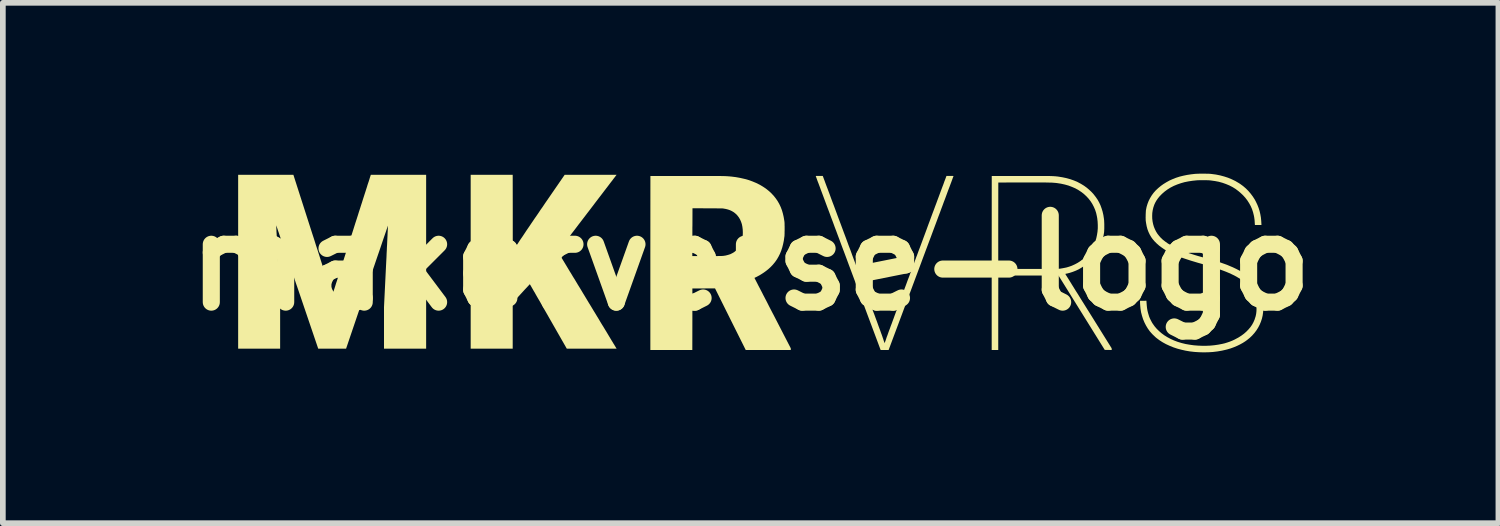
<source format=kicad_pcb>
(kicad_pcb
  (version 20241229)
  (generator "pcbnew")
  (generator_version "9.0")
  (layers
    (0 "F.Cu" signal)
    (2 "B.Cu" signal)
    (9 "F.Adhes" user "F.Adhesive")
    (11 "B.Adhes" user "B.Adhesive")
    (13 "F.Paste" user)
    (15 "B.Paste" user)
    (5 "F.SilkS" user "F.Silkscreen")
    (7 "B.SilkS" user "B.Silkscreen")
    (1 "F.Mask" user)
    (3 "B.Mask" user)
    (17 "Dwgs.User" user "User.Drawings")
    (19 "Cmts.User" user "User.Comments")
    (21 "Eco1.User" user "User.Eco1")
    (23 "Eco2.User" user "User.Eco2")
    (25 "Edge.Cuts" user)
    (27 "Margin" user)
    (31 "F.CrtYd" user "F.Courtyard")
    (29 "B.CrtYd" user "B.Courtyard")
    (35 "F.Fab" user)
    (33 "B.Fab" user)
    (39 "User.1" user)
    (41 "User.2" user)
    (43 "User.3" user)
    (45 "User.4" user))
  (footprint "makerverse-logo"
    (layer "F.Cu")
    (at 10.131 1.566)
    (property "Reference" "makerverse-logo" (at 0 0 0) (layer "F.SilkS") (effects (font (size 1.524 1.524) (thickness 0.3))))
    (attr board_only exclude_from_pos_files exclude_from_bom)
    (fp_poly (pts (xy -4.177 -0.876) (xy -4.177 -0.205) (xy -4.049 -0.4) (xy -4.033 -0.424) (xy -4.014 -0.451) (xy -3.993 -0.482) (xy -3.97 -0.517) (xy -3.945 -0.555) (xy -3.918 -0.595) (xy -3.888 -0.638) (xy -3.858 -0.683) (xy -3.826 -0.73) (xy -3.793 -0.779) (xy -3.758 -0.829) (xy -3.723 -0.88) (xy -3.688 -0.933) (xy -3.651 -0.985) (xy -3.615 -1.039) (xy -3.593 -1.071) (xy -3.265 -1.547) (xy -2.81 -1.547) (xy -2.763 -1.547) (xy -2.717 -1.547) (xy -2.672 -1.547) (xy -2.63 -1.547) (xy -2.59 -1.547) (xy -2.552 -1.547) (xy -2.516 -1.547) (xy -2.484 -1.547) (xy -2.454 -1.547) (xy -2.428 -1.547) (xy -2.405 -1.547) (xy -2.387 -1.547) (xy -2.372 -1.547) (xy -2.361 -1.546) (xy -2.356 -1.546) (xy -2.354 -1.546) (xy -2.356 -1.544) (xy -2.36 -1.538) (xy -2.368 -1.529) (xy -2.377 -1.516) (xy -2.39 -1.499) (xy -2.405 -1.48) (xy -2.422 -1.457) (xy -2.442 -1.431) (xy -2.464 -1.403) (xy -2.487 -1.372) (xy -2.513 -1.338) (xy -2.541 -1.302) (xy -2.57 -1.264) (xy -2.601 -1.223) (xy -2.633 -1.181) (xy -2.667 -1.137) (xy -2.702 -1.091) (xy -2.738 -1.044) (xy -2.775 -0.995) (xy -2.813 -0.945) (xy -2.852 -0.894) (xy -2.87 -0.871) (xy -2.921 -0.804) (xy -2.97 -0.74) (xy -3.017 -0.679) (xy -3.06 -0.622) (xy -3.101 -0.568) (xy -3.14 -0.518) (xy -3.175 -0.471) (xy -3.208 -0.428) (xy -3.238 -0.388) (xy -3.266 -0.352) (xy -3.29 -0.319) (xy -3.312 -0.29) (xy -3.331 -0.265) (xy -3.347 -0.243) (xy -3.36 -0.226) (xy -3.371 -0.212) (xy -3.378 -0.202) (xy -3.382 -0.196) (xy -3.384 -0.193) (xy -3.384 -0.193) (xy -3.382 -0.191) (xy -3.378 -0.184) (xy -3.372 -0.174) (xy -3.363 -0.16) (xy -3.353 -0.142) (xy -3.34 -0.121) (xy -3.325 -0.097) (xy -3.308 -0.07) (xy -3.29 -0.04) (xy -3.27 -0.007) (xy -3.249 0.028) (xy -3.226 0.066) (xy -3.202 0.106) (xy -3.177 0.148) (xy -3.15 0.191) (xy -3.123 0.237) (xy -3.094 0.283) (xy -3.065 0.331) (xy -3.036 0.38) (xy -3.005 0.43) (xy -2.974 0.481) (xy -2.943 0.533) (xy -2.912 0.584) (xy -2.88 0.637) (xy -2.849 0.689) (xy -2.817 0.741) (xy -2.786 0.792) (xy -2.755 0.844) (xy -2.724 0.894) (xy -2.694 0.944) (xy -2.664 0.993) (xy -2.636 1.041) (xy -2.608 1.087) (xy -2.58 1.132) (xy -2.554 1.175) (xy -2.529 1.216) (xy -2.505 1.256) (xy -2.483 1.293) (xy -2.462 1.328) (xy -2.443 1.36) (xy -2.425 1.389) (xy -2.409 1.416) (xy -2.394 1.439) (xy -2.382 1.46) (xy -2.372 1.476) (xy -2.364 1.49) (xy -2.358 1.499) (xy -2.355 1.504) (xy -2.354 1.506) (xy -2.357 1.506) (xy -2.364 1.506) (xy -2.376 1.506) (xy -2.392 1.506) (xy -2.411 1.507) (xy -2.435 1.507) (xy -2.462 1.507) (xy -2.492 1.507) (xy -2.526 1.507) (xy -2.562 1.507) (xy -2.6 1.507) (xy -2.641 1.507) (xy -2.683 1.507) (xy -2.727 1.507) (xy -2.773 1.507) (xy -2.791 1.507) (xy -3.228 1.507) (xy -3.551 0.942) (xy -3.579 0.893) (xy -3.607 0.844) (xy -3.634 0.798) (xy -3.659 0.753) (xy -3.684 0.709) (xy -3.708 0.667) (xy -3.731 0.628) (xy -3.753 0.59) (xy -3.773 0.555) (xy -3.791 0.522) (xy -3.809 0.493) (xy -3.824 0.466) (xy -3.838 0.442) (xy -3.849 0.422) (xy -3.859 0.405) (xy -3.867 0.391) (xy -3.873 0.382) (xy -3.876 0.376) (xy -3.877 0.375) (xy -3.879 0.376) (xy -3.884 0.382) (xy -3.892 0.39) (xy -3.902 0.401) (xy -3.915 0.415) (xy -3.93 0.431) (xy -3.947 0.449) (xy -3.966 0.469) (xy -3.986 0.491) (xy -4.007 0.514) (xy -4.028 0.537) (xy -4.178 0.701) (xy -4.178 1.104) (xy -4.178 1.507) (xy -4.916 1.507) (xy -4.916 -1.547) (xy -4.178 -1.547)) (stroke (width 0) (type solid)) (fill yes) (layer "F.SilkS"))
    (fp_poly (pts (xy -8.514 -1.547) (xy -8.029 -1.546) (xy -7.697 -0.511) (xy -7.674 -0.441) (xy -7.652 -0.372) (xy -7.631 -0.304) (xy -7.609 -0.238) (xy -7.588 -0.173) (xy -7.568 -0.11) (xy -7.549 -0.049) (xy -7.53 0.01) (xy -7.512 0.067) (xy -7.494 0.121) (xy -7.477 0.173) (xy -7.462 0.223) (xy -7.447 0.269) (xy -7.433 0.313) (xy -7.42 0.353) (xy -7.408 0.39) (xy -7.397 0.424) (xy -7.388 0.454) (xy -7.379 0.48) (xy -7.372 0.502) (xy -7.366 0.52) (xy -7.362 0.534) (xy -7.359 0.544) (xy -7.357 0.549) (xy -7.357 0.549) (xy -7.353 0.56) (xy -7.351 0.567) (xy -7.349 0.57) (xy -7.347 0.57) (xy -7.347 0.569) (xy -7.346 0.567) (xy -7.344 0.559) (xy -7.34 0.548) (xy -7.335 0.532) (xy -7.328 0.511) (xy -7.32 0.487) (xy -7.311 0.459) (xy -7.301 0.428) (xy -7.29 0.393) (xy -7.278 0.354) (xy -7.264 0.313) (xy -7.25 0.268) (xy -7.235 0.221) (xy -7.219 0.171) (xy -7.202 0.118) (xy -7.184 0.063) (xy -7.166 0.005) (xy -7.147 -0.054) (xy -7.127 -0.116) (xy -7.107 -0.179) (xy -7.086 -0.244) (xy -7.065 -0.311) (xy -7.043 -0.378) (xy -7.024 -0.437) (xy -7.002 -0.506) (xy -6.98 -0.575) (xy -6.959 -0.642) (xy -6.938 -0.708) (xy -6.917 -0.772) (xy -6.897 -0.835) (xy -6.878 -0.896) (xy -6.859 -0.954) (xy -6.841 -1.011) (xy -6.823 -1.066) (xy -6.807 -1.118) (xy -6.791 -1.167) (xy -6.776 -1.214) (xy -6.762 -1.257) (xy -6.749 -1.298) (xy -6.737 -1.335) (xy -6.727 -1.369) (xy -6.717 -1.399) (xy -6.708 -1.425) (xy -6.701 -1.447) (xy -6.695 -1.466) (xy -6.691 -1.48) (xy -6.688 -1.489) (xy -6.687 -1.493) (xy -6.669 -1.547) (xy -5.698 -1.547) (xy -5.698 1.507) (xy -6.438 1.507) (xy -6.438 0.777) (xy -6.403 0.063) (xy -6.4 0.004) (xy -6.397 -0.054) (xy -6.394 -0.111) (xy -6.392 -0.166) (xy -6.389 -0.219) (xy -6.387 -0.27) (xy -6.384 -0.318) (xy -6.382 -0.364) (xy -6.38 -0.408) (xy -6.378 -0.448) (xy -6.376 -0.486) (xy -6.375 -0.52) (xy -6.373 -0.551) (xy -6.372 -0.578) (xy -6.371 -0.601) (xy -6.37 -0.621) (xy -6.369 -0.636) (xy -6.369 -0.646) (xy -6.369 -0.652) (xy -6.369 -0.653) (xy -6.37 -0.651) (xy -6.372 -0.644) (xy -6.376 -0.633) (xy -6.381 -0.618) (xy -6.388 -0.598) (xy -6.396 -0.575) (xy -6.405 -0.547) (xy -6.416 -0.516) (xy -6.428 -0.481) (xy -6.441 -0.443) (xy -6.455 -0.402) (xy -6.47 -0.358) (xy -6.486 -0.31) (xy -6.503 -0.26) (xy -6.521 -0.207) (xy -6.54 -0.152) (xy -6.56 -0.094) (xy -6.58 -0.035) (xy -6.601 0.027) (xy -6.623 0.091) (xy -6.645 0.157) (xy -6.668 0.224) (xy -6.692 0.293) (xy -6.715 0.363) (xy -6.737 0.426) (xy -7.104 1.507) (xy -7.593 1.507) (xy -7.961 0.424) (xy -7.986 0.353) (xy -8.009 0.283) (xy -8.033 0.214) (xy -8.056 0.147) (xy -8.078 0.081) (xy -8.1 0.017) (xy -8.121 -0.045) (xy -8.141 -0.104) (xy -8.161 -0.162) (xy -8.18 -0.217) (xy -8.198 -0.27) (xy -8.215 -0.32) (xy -8.231 -0.367) (xy -8.246 -0.411) (xy -8.26 -0.452) (xy -8.273 -0.49) (xy -8.284 -0.524) (xy -8.295 -0.555) (xy -8.304 -0.582) (xy -8.312 -0.606) (xy -8.319 -0.625) (xy -8.324 -0.64) (xy -8.328 -0.651) (xy -8.33 -0.657) (xy -8.331 -0.659) (xy -8.331 -0.657) (xy -8.33 -0.649) (xy -8.33 -0.638) (xy -8.329 -0.621) (xy -8.328 -0.601) (xy -8.327 -0.576) (xy -8.326 -0.548) (xy -8.324 -0.516) (xy -8.322 -0.481) (xy -8.321 -0.443) (xy -8.319 -0.401) (xy -8.316 -0.357) (xy -8.314 -0.31) (xy -8.312 -0.261) (xy -8.309 -0.209) (xy -8.307 -0.156) (xy -8.304 -0.101) (xy -8.301 -0.044) (xy -8.298 0.015) (xy -8.296 0.055) (xy -8.262 0.769) (xy -8.262 1.138) (xy -8.262 1.507) (xy -8.999 1.507) (xy -8.999 -1.547)) (stroke (width 0) (type solid)) (fill yes) (layer "F.SilkS"))
    (fp_poly (pts (xy -1.047 -1.526) (xy -0.983 -1.526) (xy -0.924 -1.526) (xy -0.869 -1.526) (xy -0.819 -1.526) (xy -0.772 -1.526) (xy -0.729 -1.526) (xy -0.69 -1.526) (xy -0.654 -1.526) (xy -0.622 -1.526) (xy -0.592 -1.525) (xy -0.565 -1.525) (xy -0.541 -1.525) (xy -0.519 -1.525) (xy -0.499 -1.524) (xy -0.481 -1.524) (xy -0.465 -1.524) (xy -0.45 -1.523) (xy -0.437 -1.523) (xy -0.425 -1.522) (xy -0.414 -1.522) (xy -0.404 -1.521) (xy -0.394 -1.52) (xy -0.384 -1.52) (xy -0.375 -1.519) (xy -0.366 -1.518) (xy -0.356 -1.517) (xy -0.346 -1.516) (xy -0.343 -1.516) (xy -0.262 -1.506) (xy -0.184 -1.492) (xy -0.109 -1.475) (xy -0.038 -1.455) (xy 0.03 -1.431) (xy 0.095 -1.404) (xy 0.156 -1.374) (xy 0.214 -1.34) (xy 0.268 -1.304) (xy 0.318 -1.264) (xy 0.365 -1.221) (xy 0.408 -1.174) (xy 0.443 -1.13) (xy 0.475 -1.083) (xy 0.503 -1.034) (xy 0.528 -0.981) (xy 0.549 -0.926) (xy 0.566 -0.868) (xy 0.58 -0.807) (xy 0.591 -0.742) (xy 0.592 -0.732) (xy 0.594 -0.722) (xy 0.595 -0.712) (xy 0.595 -0.702) (xy 0.596 -0.69) (xy 0.596 -0.677) (xy 0.596 -0.661) (xy 0.597 -0.642) (xy 0.597 -0.619) (xy 0.597 -0.598) (xy 0.597 -0.57) (xy 0.596 -0.546) (xy 0.596 -0.527) (xy 0.596 -0.51) (xy 0.595 -0.495) (xy 0.595 -0.483) (xy 0.594 -0.471) (xy 0.593 -0.461) (xy 0.592 -0.457) (xy 0.583 -0.391) (xy 0.57 -0.328) (xy 0.555 -0.27) (xy 0.537 -0.214) (xy 0.516 -0.162) (xy 0.491 -0.112) (xy 0.464 -0.065) (xy 0.432 -0.019) (xy 0.397 0.024) (xy 0.384 0.039) (xy 0.347 0.077) (xy 0.306 0.114) (xy 0.26 0.15) (xy 0.211 0.184) (xy 0.16 0.216) (xy 0.106 0.245) (xy 0.099 0.248) (xy 0.067 0.264) (xy 0.075 0.28) (xy 0.077 0.283) (xy 0.081 0.291) (xy 0.087 0.303) (xy 0.095 0.318) (xy 0.105 0.338) (xy 0.117 0.361) (xy 0.13 0.387) (xy 0.145 0.416) (xy 0.162 0.448) (xy 0.18 0.483) (xy 0.2 0.521) (xy 0.22 0.561) (xy 0.242 0.603) (xy 0.265 0.647) (xy 0.289 0.693) (xy 0.313 0.741) (xy 0.338 0.79) (xy 0.364 0.84) (xy 0.391 0.892) (xy 0.394 0.897) (xy 0.705 1.5) (xy 0.705 1.53) (xy -0.086 1.53) (xy -0.356 0.989) (xy -0.625 0.448) (xy -0.824 0.449) (xy -1.023 0.45) (xy -1.023 0.99) (xy -1.024 1.53) (xy -1.761 1.53) (xy -1.761 -0.12) (xy -1.024 -0.12) (xy -0.767 -0.12) (xy -0.721 -0.12) (xy -0.679 -0.12) (xy -0.64 -0.12) (xy -0.606 -0.12) (xy -0.575 -0.12) (xy -0.548 -0.121) (xy -0.526 -0.121) (xy -0.509 -0.121) (xy -0.496 -0.122) (xy -0.488 -0.122) (xy -0.486 -0.122) (xy -0.439 -0.129) (xy -0.396 -0.14) (xy -0.356 -0.153) (xy -0.32 -0.171) (xy -0.286 -0.192) (xy -0.256 -0.216) (xy -0.252 -0.22) (xy -0.225 -0.25) (xy -0.201 -0.283) (xy -0.181 -0.32) (xy -0.164 -0.359) (xy -0.152 -0.402) (xy -0.143 -0.447) (xy -0.138 -0.496) (xy -0.137 -0.535) (xy -0.139 -0.587) (xy -0.145 -0.635) (xy -0.154 -0.68) (xy -0.168 -0.722) (xy -0.185 -0.761) (xy -0.206 -0.797) (xy -0.231 -0.83) (xy -0.249 -0.85) (xy -0.275 -0.873) (xy -0.302 -0.893) (xy -0.331 -0.91) (xy -0.363 -0.925) (xy -0.398 -0.937) (xy -0.437 -0.947) (xy -0.479 -0.954) (xy -0.48 -0.955) (xy -0.485 -0.955) (xy -0.494 -0.956) (xy -0.506 -0.956) (xy -0.521 -0.956) (xy -0.54 -0.957) (xy -0.564 -0.957) (xy -0.591 -0.957) (xy -0.623 -0.958) (xy -0.659 -0.958) (xy -0.699 -0.958) (xy -0.745 -0.958) (xy -0.76 -0.958) (xy -1.021 -0.959) (xy -1.022 -0.662) (xy -1.023 -0.621) (xy -1.023 -0.58) (xy -1.023 -0.538) (xy -1.023 -0.497) (xy -1.023 -0.457) (xy -1.023 -0.418) (xy -1.024 -0.381) (xy -1.024 -0.347) (xy -1.024 -0.315) (xy -1.024 -0.288) (xy -1.024 -0.263) (xy -1.024 -0.244) (xy -1.024 -0.242) (xy -1.024 -0.12) (xy -1.761 -0.12) (xy -1.76 -1.526) (xy -1.115 -1.526)) (stroke (width 0) (type solid)) (fill yes) (layer "F.SilkS"))
    (fp_poly (pts (xy 1.27 -1.518) (xy 1.271 -1.515) (xy 1.274 -1.508) (xy 1.278 -1.496) (xy 1.284 -1.48) (xy 1.292 -1.459) (xy 1.301 -1.435) (xy 1.311 -1.407) (xy 1.323 -1.375) (xy 1.336 -1.34) (xy 1.351 -1.301) (xy 1.367 -1.258) (xy 1.384 -1.213) (xy 1.402 -1.164) (xy 1.421 -1.112) (xy 1.441 -1.058) (xy 1.463 -1.001) (xy 1.485 -0.941) (xy 1.508 -0.879) (xy 1.532 -0.814) (xy 1.557 -0.747) (xy 1.583 -0.678) (xy 1.609 -0.608) (xy 1.636 -0.535) (xy 1.664 -0.461) (xy 1.692 -0.385) (xy 1.72 -0.308) (xy 1.75 -0.23) (xy 1.779 -0.15) (xy 1.779 -0.149) (xy 1.821 -0.037) (xy 1.861 0.071) (xy 1.9 0.174) (xy 1.936 0.273) (xy 1.971 0.367) (xy 2.005 0.456) (xy 2.036 0.541) (xy 2.066 0.622) (xy 2.094 0.698) (xy 2.121 0.769) (xy 2.145 0.836) (xy 2.169 0.898) (xy 2.19 0.956) (xy 2.21 1.01) (xy 2.228 1.059) (xy 2.244 1.104) (xy 2.259 1.145) (xy 2.273 1.181) (xy 2.284 1.213) (xy 2.294 1.241) (xy 2.303 1.264) (xy 2.309 1.283) (xy 2.315 1.298) (xy 2.318 1.309) (xy 2.318 1.309) (xy 2.326 1.33) (xy 2.332 1.35) (xy 2.338 1.368) (xy 2.343 1.383) (xy 2.348 1.395) (xy 2.351 1.404) (xy 2.352 1.409) (xy 2.353 1.409) (xy 2.354 1.407) (xy 2.356 1.401) (xy 2.36 1.391) (xy 2.364 1.378) (xy 2.37 1.363) (xy 2.376 1.345) (xy 2.381 1.33) (xy 2.383 1.323) (xy 2.387 1.311) (xy 2.393 1.294) (xy 2.401 1.274) (xy 2.41 1.249) (xy 2.42 1.22) (xy 2.432 1.187) (xy 2.446 1.151) (xy 2.46 1.111) (xy 2.477 1.067) (xy 2.494 1.02) (xy 2.513 0.969) (xy 2.532 0.916) (xy 2.553 0.859) (xy 2.575 0.799) (xy 2.598 0.737) (xy 2.623 0.672) (xy 2.648 0.604) (xy 2.674 0.534) (xy 2.7 0.461) (xy 2.728 0.387) (xy 2.756 0.31) (xy 2.786 0.232) (xy 2.815 0.151) (xy 2.846 0.069) (xy 2.877 -0.014) (xy 2.908 -0.1) (xy 2.921 -0.132) (xy 2.95 -0.212) (xy 2.98 -0.291) (xy 3.009 -0.369) (xy 3.037 -0.445) (xy 3.065 -0.52) (xy 3.092 -0.593) (xy 3.118 -0.665) (xy 3.144 -0.734) (xy 3.169 -0.802) (xy 3.193 -0.867) (xy 3.217 -0.93) (xy 3.239 -0.99) (xy 3.261 -1.048) (xy 3.281 -1.103) (xy 3.301 -1.156) (xy 3.319 -1.205) (xy 3.336 -1.251) (xy 3.352 -1.294) (xy 3.367 -1.334) (xy 3.381 -1.37) (xy 3.393 -1.403) (xy 3.403 -1.432) (xy 3.413 -1.457) (xy 3.421 -1.478) (xy 3.427 -1.495) (xy 3.432 -1.508) (xy 3.435 -1.516) (xy 3.436 -1.52) (xy 3.436 -1.52) (xy 3.439 -1.527) (xy 3.501 -1.527) (xy 3.518 -1.527) (xy 3.533 -1.527) (xy 3.546 -1.527) (xy 3.555 -1.526) (xy 3.561 -1.526) (xy 3.563 -1.525) (xy 3.562 -1.523) (xy 3.559 -1.516) (xy 3.555 -1.505) (xy 3.549 -1.489) (xy 3.542 -1.469) (xy 3.533 -1.445) (xy 3.523 -1.417) (xy 3.511 -1.386) (xy 3.498 -1.35) (xy 3.483 -1.311) (xy 3.467 -1.269) (xy 3.45 -1.223) (xy 3.432 -1.174) (xy 3.413 -1.122) (xy 3.392 -1.068) (xy 3.371 -1.01) (xy 3.348 -0.949) (xy 3.325 -0.886) (xy 3.3 -0.821) (xy 3.275 -0.753) (xy 3.249 -0.683) (xy 3.222 -0.611) (xy 3.194 -0.536) (xy 3.166 -0.46) (xy 3.137 -0.383) (xy 3.107 -0.303) (xy 3.077 -0.223) (xy 3.046 -0.14) (xy 3.015 -0.057) (xy 2.993 0.003) (xy 2.423 1.53) (xy 2.283 1.53) (xy 1.713 0.004) (xy 1.682 -0.08) (xy 1.651 -0.163) (xy 1.62 -0.245) (xy 1.59 -0.325) (xy 1.561 -0.404) (xy 1.532 -0.481) (xy 1.504 -0.557) (xy 1.476 -0.63) (xy 1.45 -0.702) (xy 1.424 -0.771) (xy 1.399 -0.838) (xy 1.375 -0.903) (xy 1.351 -0.966) (xy 1.329 -1.025) (xy 1.308 -1.082) (xy 1.288 -1.136) (xy 1.269 -1.187) (xy 1.251 -1.235) (xy 1.234 -1.28) (xy 1.219 -1.322) (xy 1.205 -1.359) (xy 1.192 -1.394) (xy 1.18 -1.424) (xy 1.17 -1.451) (xy 1.162 -1.474) (xy 1.155 -1.493) (xy 1.15 -1.507) (xy 1.146 -1.517) (xy 1.144 -1.523) (xy 1.144 -1.524) (xy 1.145 -1.525) (xy 1.148 -1.526) (xy 1.155 -1.527) (xy 1.165 -1.527) (xy 1.179 -1.527) (xy 1.197 -1.527) (xy 1.205 -1.527) (xy 1.266 -1.527)) (stroke (width 0) (type solid)) (fill yes) (layer "F.SilkS"))
    (fp_poly (pts (xy 4.82 -1.526) (xy 4.877 -1.526) (xy 4.93 -1.526) (xy 4.978 -1.526) (xy 5.022 -1.526) (xy 5.062 -1.526) (xy 5.099 -1.526) (xy 5.132 -1.526) (xy 5.162 -1.526) (xy 5.189 -1.525) (xy 5.214 -1.525) (xy 5.235 -1.525) (xy 5.255 -1.525) (xy 5.272 -1.524) (xy 5.288 -1.524) (xy 5.302 -1.523) (xy 5.315 -1.523) (xy 5.326 -1.522) (xy 5.337 -1.521) (xy 5.347 -1.521) (xy 5.356 -1.52) (xy 5.365 -1.519) (xy 5.374 -1.518) (xy 5.384 -1.517) (xy 5.393 -1.516) (xy 5.401 -1.515) (xy 5.475 -1.503) (xy 5.546 -1.488) (xy 5.614 -1.469) (xy 5.679 -1.446) (xy 5.74 -1.42) (xy 5.798 -1.389) (xy 5.854 -1.355) (xy 5.906 -1.317) (xy 5.955 -1.274) (xy 5.98 -1.251) (xy 6.02 -1.208) (xy 6.056 -1.162) (xy 6.089 -1.115) (xy 6.117 -1.066) (xy 6.142 -1.014) (xy 6.162 -0.959) (xy 6.18 -0.901) (xy 6.194 -0.84) (xy 6.204 -0.775) (xy 6.205 -0.765) (xy 6.207 -0.749) (xy 6.208 -0.729) (xy 6.209 -0.706) (xy 6.21 -0.681) (xy 6.21 -0.655) (xy 6.21 -0.629) (xy 6.21 -0.604) (xy 6.209 -0.58) (xy 6.208 -0.559) (xy 6.207 -0.541) (xy 6.205 -0.527) (xy 6.194 -0.462) (xy 6.178 -0.4) (xy 6.159 -0.341) (xy 6.136 -0.285) (xy 6.109 -0.231) (xy 6.077 -0.179) (xy 6.056 -0.148) (xy 6.016 -0.096) (xy 5.972 -0.047) (xy 5.926 -0.002) (xy 5.877 0.038) (xy 5.825 0.075) (xy 5.771 0.107) (xy 5.715 0.135) (xy 5.656 0.158) (xy 5.597 0.177) (xy 5.583 0.18) (xy 5.569 0.184) (xy 5.556 0.187) (xy 5.546 0.189) (xy 5.544 0.189) (xy 5.535 0.191) (xy 5.529 0.193) (xy 5.526 0.195) (xy 5.526 0.195) (xy 5.527 0.197) (xy 5.531 0.203) (xy 5.537 0.214) (xy 5.546 0.228) (xy 5.557 0.245) (xy 5.57 0.266) (xy 5.585 0.29) (xy 5.602 0.318) (xy 5.621 0.348) (xy 5.641 0.381) (xy 5.663 0.416) (xy 5.687 0.455) (xy 5.712 0.495) (xy 5.739 0.537) (xy 5.767 0.582) (xy 5.795 0.628) (xy 5.825 0.676) (xy 5.856 0.725) (xy 5.888 0.776) (xy 5.92 0.828) (xy 5.933 0.848) (xy 6.339 1.499) (xy 6.34 1.514) (xy 6.341 1.53) (xy 6.28 1.529) (xy 6.218 1.528) (xy 5.406 0.222) (xy 4.877 0.222) (xy 4.349 0.223) (xy 4.348 0.876) (xy 4.348 1.53) (xy 4.233 1.53) (xy 4.233 0.107) (xy 4.348 0.107) (xy 4.876 0.106) (xy 4.937 0.106) (xy 4.994 0.106) (xy 5.045 0.106) (xy 5.093 0.106) (xy 5.136 0.106) (xy 5.175 0.106) (xy 5.21 0.106) (xy 5.242 0.106) (xy 5.271 0.105) (xy 5.296 0.105) (xy 5.319 0.105) (xy 5.339 0.105) (xy 5.356 0.105) (xy 5.371 0.104) (xy 5.384 0.104) (xy 5.394 0.104) (xy 5.404 0.104) (xy 5.411 0.103) (xy 5.418 0.103) (xy 5.423 0.103) (xy 5.428 0.102) (xy 5.432 0.102) (xy 5.433 0.102) (xy 5.474 0.095) (xy 5.511 0.088) (xy 5.545 0.081) (xy 5.576 0.072) (xy 5.607 0.062) (xy 5.637 0.051) (xy 5.642 0.049) (xy 5.695 0.025) (xy 5.747 -0.003) (xy 5.795 -0.035) (xy 5.841 -0.071) (xy 5.884 -0.11) (xy 5.923 -0.152) (xy 5.959 -0.198) (xy 5.991 -0.246) (xy 6.019 -0.297) (xy 6.043 -0.35) (xy 6.054 -0.381) (xy 6.07 -0.434) (xy 6.082 -0.49) (xy 6.091 -0.547) (xy 6.096 -0.607) (xy 6.096 -0.666) (xy 6.093 -0.726) (xy 6.086 -0.786) (xy 6.08 -0.819) (xy 6.067 -0.877) (xy 6.049 -0.932) (xy 6.026 -0.985) (xy 6 -1.035) (xy 5.969 -1.083) (xy 5.934 -1.128) (xy 5.897 -1.168) (xy 5.853 -1.209) (xy 5.805 -1.246) (xy 5.755 -1.279) (xy 5.701 -1.309) (xy 5.643 -1.334) (xy 5.583 -1.357) (xy 5.519 -1.375) (xy 5.452 -1.39) (xy 5.381 -1.401) (xy 5.365 -1.403) (xy 5.353 -1.404) (xy 5.342 -1.405) (xy 5.33 -1.406) (xy 5.318 -1.407) (xy 5.305 -1.408) (xy 5.29 -1.409) (xy 5.275 -1.409) (xy 5.258 -1.41) (xy 5.239 -1.41) (xy 5.219 -1.411) (xy 5.196 -1.411) (xy 5.17 -1.412) (xy 5.142 -1.412) (xy 5.111 -1.412) (xy 5.076 -1.412) (xy 5.038 -1.412) (xy 4.997 -1.412) (xy 4.951 -1.412) (xy 4.901 -1.412) (xy 4.847 -1.412) (xy 4.788 -1.412) (xy 4.774 -1.412) (xy 4.349 -1.411) (xy 4.348 -0.652) (xy 4.348 0.107) (xy 4.233 0.107) (xy 4.234 -1.526) (xy 4.759 -1.526)) (stroke (width 0) (type solid)) (fill yes) (layer "F.SilkS"))
    (fp_poly (pts (xy 7.964 -1.566) (xy 7.992 -1.566) (xy 8.019 -1.565) (xy 8.044 -1.565) (xy 8.066 -1.564) (xy 8.085 -1.562) (xy 8.094 -1.561) (xy 8.17 -1.551) (xy 8.244 -1.536) (xy 8.315 -1.517) (xy 8.383 -1.495) (xy 8.448 -1.468) (xy 8.51 -1.438) (xy 8.568 -1.404) (xy 8.595 -1.387) (xy 8.647 -1.349) (xy 8.695 -1.308) (xy 8.74 -1.263) (xy 8.781 -1.215) (xy 8.819 -1.164) (xy 8.853 -1.111) (xy 8.874 -1.071) (xy 8.899 -1.018) (xy 8.92 -0.964) (xy 8.937 -0.91) (xy 8.95 -0.855) (xy 8.96 -0.798) (xy 8.966 -0.737) (xy 8.968 -0.702) (xy 8.97 -0.665) (xy 8.855 -0.665) (xy 8.854 -0.681) (xy 8.853 -0.692) (xy 8.852 -0.705) (xy 8.852 -0.711) (xy 8.851 -0.725) (xy 8.85 -0.742) (xy 8.848 -0.762) (xy 8.845 -0.783) (xy 8.842 -0.804) (xy 8.838 -0.825) (xy 8.837 -0.83) (xy 8.823 -0.887) (xy 8.805 -0.943) (xy 8.782 -0.996) (xy 8.754 -1.047) (xy 8.722 -1.097) (xy 8.686 -1.144) (xy 8.645 -1.189) (xy 8.599 -1.232) (xy 8.567 -1.259) (xy 8.517 -1.297) (xy 8.464 -1.33) (xy 8.408 -1.359) (xy 8.348 -1.384) (xy 8.286 -1.406) (xy 8.221 -1.424) (xy 8.153 -1.437) (xy 8.081 -1.447) (xy 8.051 -1.45) (xy 8.038 -1.451) (xy 8.02 -1.451) (xy 8 -1.452) (xy 7.977 -1.452) (xy 7.953 -1.452) (xy 7.929 -1.452) (xy 7.905 -1.452) (xy 7.883 -1.452) (xy 7.863 -1.451) (xy 7.846 -1.451) (xy 7.838 -1.45) (xy 7.761 -1.442) (xy 7.688 -1.431) (xy 7.618 -1.417) (xy 7.552 -1.398) (xy 7.489 -1.376) (xy 7.429 -1.351) (xy 7.373 -1.322) (xy 7.32 -1.289) (xy 7.271 -1.253) (xy 7.225 -1.213) (xy 7.213 -1.201) (xy 7.179 -1.166) (xy 7.151 -1.131) (xy 7.126 -1.095) (xy 7.105 -1.058) (xy 7.087 -1.019) (xy 7.086 -1.015) (xy 7.071 -0.971) (xy 7.06 -0.924) (xy 7.053 -0.876) (xy 7.051 -0.826) (xy 7.052 -0.777) (xy 7.058 -0.727) (xy 7.068 -0.679) (xy 7.081 -0.635) (xy 7.098 -0.593) (xy 7.118 -0.552) (xy 7.142 -0.513) (xy 7.171 -0.476) (xy 7.203 -0.44) (xy 7.239 -0.406) (xy 7.28 -0.374) (xy 7.325 -0.342) (xy 7.375 -0.312) (xy 7.429 -0.282) (xy 7.456 -0.269) (xy 7.498 -0.249) (xy 7.542 -0.229) (xy 7.588 -0.211) (xy 7.636 -0.192) (xy 7.686 -0.174) (xy 7.739 -0.157) (xy 7.795 -0.139) (xy 7.855 -0.121) (xy 7.919 -0.103) (xy 7.973 -0.088) (xy 8.034 -0.071) (xy 8.091 -0.055) (xy 8.144 -0.04) (xy 8.194 -0.025) (xy 8.241 -0.01) (xy 8.285 0.006) (xy 8.328 0.021) (xy 8.369 0.036) (xy 8.409 0.053) (xy 8.449 0.07) (xy 8.466 0.077) (xy 8.531 0.108) (xy 8.592 0.14) (xy 8.648 0.173) (xy 8.7 0.208) (xy 8.747 0.244) (xy 8.79 0.283) (xy 8.829 0.322) (xy 8.864 0.364) (xy 8.895 0.408) (xy 8.922 0.454) (xy 8.945 0.502) (xy 8.964 0.553) (xy 8.965 0.553) (xy 8.976 0.593) (xy 8.986 0.637) (xy 8.994 0.682) (xy 8.999 0.73) (xy 9.002 0.777) (xy 9.002 0.823) (xy 8.999 0.866) (xy 8.991 0.924) (xy 8.978 0.98) (xy 8.96 1.034) (xy 8.938 1.087) (xy 8.912 1.137) (xy 8.881 1.186) (xy 8.846 1.232) (xy 8.807 1.276) (xy 8.764 1.317) (xy 8.717 1.355) (xy 8.688 1.376) (xy 8.643 1.405) (xy 8.594 1.432) (xy 8.541 1.458) (xy 8.486 1.481) (xy 8.429 1.502) (xy 8.371 1.519) (xy 8.356 1.523) (xy 8.278 1.541) (xy 8.198 1.555) (xy 8.115 1.565) (xy 8.03 1.57) (xy 7.942 1.571) (xy 7.876 1.569) (xy 7.795 1.564) (xy 7.716 1.555) (xy 7.639 1.542) (xy 7.564 1.525) (xy 7.492 1.506) (xy 7.423 1.483) (xy 7.357 1.456) (xy 7.294 1.427) (xy 7.234 1.394) (xy 7.178 1.358) (xy 7.13 1.322) (xy 7.115 1.31) (xy 7.098 1.294) (xy 7.08 1.277) (xy 7.061 1.259) (xy 7.044 1.241) (xy 7.028 1.223) (xy 7.015 1.208) (xy 7.011 1.204) (xy 6.975 1.154) (xy 6.943 1.101) (xy 6.915 1.046) (xy 6.891 0.988) (xy 6.872 0.929) (xy 6.856 0.867) (xy 6.846 0.803) (xy 6.84 0.738) (xy 6.838 0.701) (xy 6.838 0.666) (xy 6.894 0.666) (xy 6.95 0.665) (xy 6.952 0.698) (xy 6.956 0.748) (xy 6.961 0.794) (xy 6.968 0.837) (xy 6.978 0.878) (xy 6.99 0.918) (xy 6.996 0.938) (xy 7.004 0.959) (xy 7.014 0.982) (xy 7.026 1.006) (xy 7.039 1.031) (xy 7.051 1.053) (xy 7.063 1.071) (xy 7.095 1.116) (xy 7.132 1.159) (xy 7.173 1.199) (xy 7.217 1.237) (xy 7.266 1.273) (xy 7.318 1.305) (xy 7.374 1.335) (xy 7.433 1.362) (xy 7.494 1.385) (xy 7.509 1.39) (xy 7.573 1.409) (xy 7.639 1.425) (xy 7.709 1.437) (xy 7.78 1.447) (xy 7.853 1.453) (xy 7.926 1.456) (xy 7.999 1.456) (xy 8.072 1.453) (xy 8.143 1.446) (xy 8.212 1.436) (xy 8.279 1.423) (xy 8.322 1.413) (xy 8.368 1.399) (xy 8.412 1.384) (xy 8.455 1.367) (xy 8.498 1.347) (xy 8.513 1.339) (xy 8.567 1.31) (xy 8.617 1.278) (xy 8.663 1.244) (xy 8.704 1.208) (xy 8.742 1.169) (xy 8.776 1.129) (xy 8.805 1.087) (xy 8.829 1.043) (xy 8.849 0.997) (xy 8.864 0.95) (xy 8.866 0.945) (xy 8.871 0.924) (xy 8.875 0.905) (xy 8.878 0.886) (xy 8.88 0.868) (xy 8.882 0.848) (xy 8.883 0.825) (xy 8.883 0.799) (xy 8.883 0.794) (xy 8.883 0.772) (xy 8.883 0.754) (xy 8.882 0.739) (xy 8.881 0.726) (xy 8.88 0.714) (xy 8.879 0.703) (xy 8.877 0.693) (xy 8.867 0.642) (xy 8.854 0.594) (xy 8.837 0.548) (xy 8.816 0.506) (xy 8.791 0.465) (xy 8.762 0.427) (xy 8.728 0.389) (xy 8.725 0.386) (xy 8.698 0.36) (xy 8.669 0.335) (xy 8.638 0.311) (xy 8.605 0.287) (xy 8.569 0.265) (xy 8.531 0.242) (xy 8.49 0.22) (xy 8.446 0.199) (xy 8.398 0.177) (xy 8.348 0.156) (xy 8.293 0.135) (xy 8.235 0.114) (xy 8.172 0.093) (xy 8.106 0.072) (xy 8.035 0.05) (xy 7.959 0.028) (xy 7.921 0.017) (xy 7.853 -0.002) (xy 7.79 -0.021) (xy 7.73 -0.039) (xy 7.675 -0.057) (xy 7.623 -0.074) (xy 7.574 -0.091) (xy 7.529 -0.109) (xy 7.486 -0.126) (xy 7.445 -0.143) (xy 7.406 -0.161) (xy 7.386 -0.17) (xy 7.327 -0.201) (xy 7.271 -0.233) (xy 7.22 -0.268) (xy 7.173 -0.303) (xy 7.13 -0.341) (xy 7.092 -0.379) (xy 7.058 -0.419) (xy 7.035 -0.451) (xy 7.009 -0.495) (xy 6.987 -0.541) (xy 6.968 -0.591) (xy 6.954 -0.644) (xy 6.944 -0.699) (xy 6.938 -0.74) (xy 6.937 -0.756) (xy 6.937 -0.775) (xy 6.936 -0.796) (xy 6.937 -0.819) (xy 6.937 -0.843) (xy 6.938 -0.866) (xy 6.939 -0.887) (xy 6.94 -0.906) (xy 6.941 -0.922) (xy 6.942 -0.927) (xy 6.953 -0.983) (xy 6.969 -1.036) (xy 6.989 -1.088) (xy 7.014 -1.137) (xy 7.043 -1.185) (xy 7.076 -1.23) (xy 7.114 -1.273) (xy 7.157 -1.313) (xy 7.204 -1.352) (xy 7.249 -1.384) (xy 7.301 -1.416) (xy 7.355 -1.446) (xy 7.411 -1.471) (xy 7.469 -1.494) (xy 7.531 -1.514) (xy 7.595 -1.53) (xy 7.663 -1.544) (xy 7.735 -1.555) (xy 7.788 -1.561) (xy 7.805 -1.563) (xy 7.826 -1.564) (xy 7.85 -1.565) (xy 7.877 -1.566) (xy 7.905 -1.566) (xy 7.934 -1.566)) (stroke (width 0) (type solid)) (fill yes) (layer "F.SilkS")))
  (gr_rect
    (start -3 -3)
    (end 23.262 6.137)
    (stroke (width 0.1) (type default))
    (fill no)
    (layer "Edge.Cuts")))
</source>
